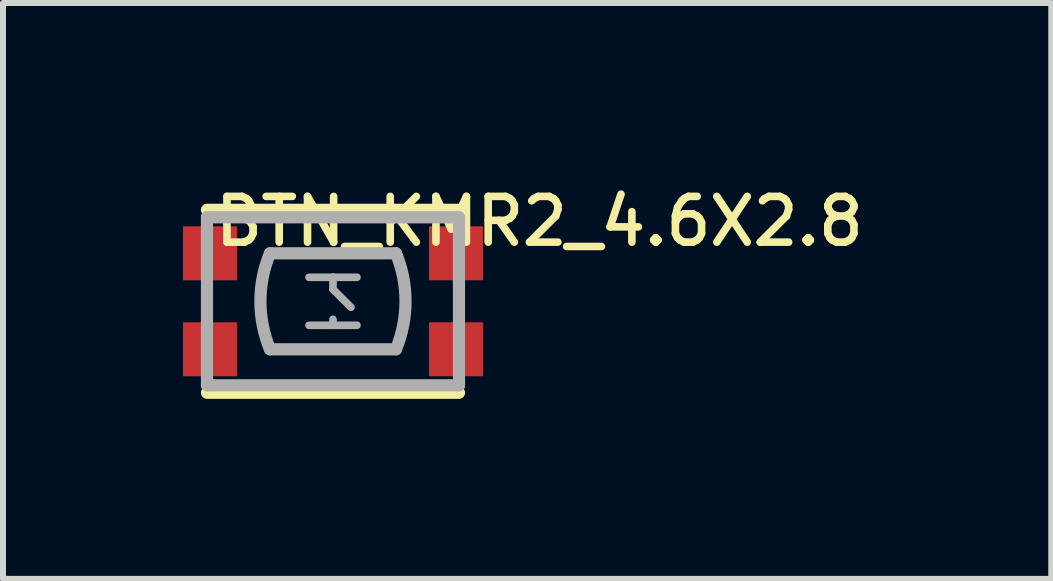
<source format=kicad_pcb>
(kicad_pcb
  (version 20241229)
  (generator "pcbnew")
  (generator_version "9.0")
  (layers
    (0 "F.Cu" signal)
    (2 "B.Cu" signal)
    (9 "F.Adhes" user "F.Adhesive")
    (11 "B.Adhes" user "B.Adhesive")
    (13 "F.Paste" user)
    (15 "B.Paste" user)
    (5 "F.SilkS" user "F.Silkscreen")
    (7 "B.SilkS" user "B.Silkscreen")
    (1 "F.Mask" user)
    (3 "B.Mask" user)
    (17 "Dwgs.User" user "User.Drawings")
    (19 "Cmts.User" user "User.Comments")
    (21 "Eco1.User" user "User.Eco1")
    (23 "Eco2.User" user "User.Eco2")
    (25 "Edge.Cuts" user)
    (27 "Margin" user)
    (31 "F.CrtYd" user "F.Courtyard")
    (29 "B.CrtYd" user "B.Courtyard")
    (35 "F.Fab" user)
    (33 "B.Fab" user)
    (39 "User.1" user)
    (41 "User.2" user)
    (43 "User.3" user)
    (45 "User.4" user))
  (footprint "BTN_KMR2_4.6X2.8"
    (layer "F.Cu")
    (at 2.5 1.972)
    (property "Reference" "BTN_KMR2_4.6X2.8" (at -2.032 -1.778 180) (layer "F.SilkS") (effects (font (size 0.762 0.762) (thickness 0.127)) (justify left top)))
    (attr smd)
    (fp_line (start -2.1 -1.525) (end 2.1 -1.525) (stroke (width 0.203) (type solid)) (layer "F.SilkS"))
    (fp_line (start 2.1 1.525) (end -2.1 1.525) (stroke (width 0.203) (type solid)) (layer "F.SilkS"))
    (fp_line (start -2.1 -1.4) (end 2.1 -1.4) (stroke (width 0.203) (type solid)) (layer "F.Fab"))
    (fp_line (start -2.1 1.4) (end -2.1 -1.4) (stroke (width 0.203) (type solid)) (layer "F.Fab"))
    (fp_line (start -1.05 -0.8) (end 1.05 -0.8) (stroke (width 0.203) (type solid)) (layer "F.Fab"))
    (fp_line (start -0.4 -0.4) (end 0 -0.4) (stroke (width 0.127) (type solid)) (layer "F.Fab"))
    (fp_line (start -0.4 0.4) (end 0 0.4) (stroke (width 0.127) (type solid)) (layer "F.Fab"))
    (fp_line (start 0 -0.4) (end 0 -0.2) (stroke (width 0.127) (type solid)) (layer "F.Fab"))
    (fp_line (start 0 -0.4) (end 0.4 -0.4) (stroke (width 0.127) (type solid)) (layer "F.Fab"))
    (fp_line (start 0 -0.2) (end 0.3 0.1) (stroke (width 0.127) (type solid)) (layer "F.Fab"))
    (fp_line (start 0 0.4) (end 0 0.3) (stroke (width 0.127) (type solid)) (layer "F.Fab"))
    (fp_line (start 0 0.4) (end 0.4 0.4) (stroke (width 0.127) (type solid)) (layer "F.Fab"))
    (fp_line (start 1.05 0.8) (end -1.05 0.8) (stroke (width 0.203) (type solid)) (layer "F.Fab"))
    (fp_line (start 2.1 -1.4) (end 2.1 1.4) (stroke (width 0.203) (type solid)) (layer "F.Fab"))
    (fp_line (start 2.1 1.4) (end -2.1 1.4) (stroke (width 0.203) (type solid)) (layer "F.Fab"))
    (fp_arc (start -1.05 0.8) (mid -1.209128 0) (end -1.05 -0.799999) (stroke (width 0.2032) (type solid)) (layer "F.Fab"))
    (fp_arc (start 1.05 -0.8) (mid 1.209128 0) (end 1.05 0.799999) (stroke (width 0.2032) (type solid)) (layer "F.Fab"))
    (pad "A" smd rect (at 2.05 -0.8) (size 0.9 0.9) (layers "F.Cu" "F.Mask" "F.Paste"))
    (pad "A'" smd rect (at -2.05 -0.8) (size 0.9 0.9) (layers "F.Cu" "F.Mask" "F.Paste"))
    (pad "B" smd rect (at 2.05 0.8) (size 0.9 0.9) (layers "F.Cu" "F.Mask" "F.Paste"))
    (pad "B'" smd rect (at -2.05 0.8) (size 0.9 0.9) (layers "F.Cu" "F.Mask" "F.Paste")))
  (gr_rect
    (start -3 -3)
    (end 14.473 6.599)
    (stroke (width 0.1) (type default))
    (fill no)
    (layer "Edge.Cuts")))
</source>
